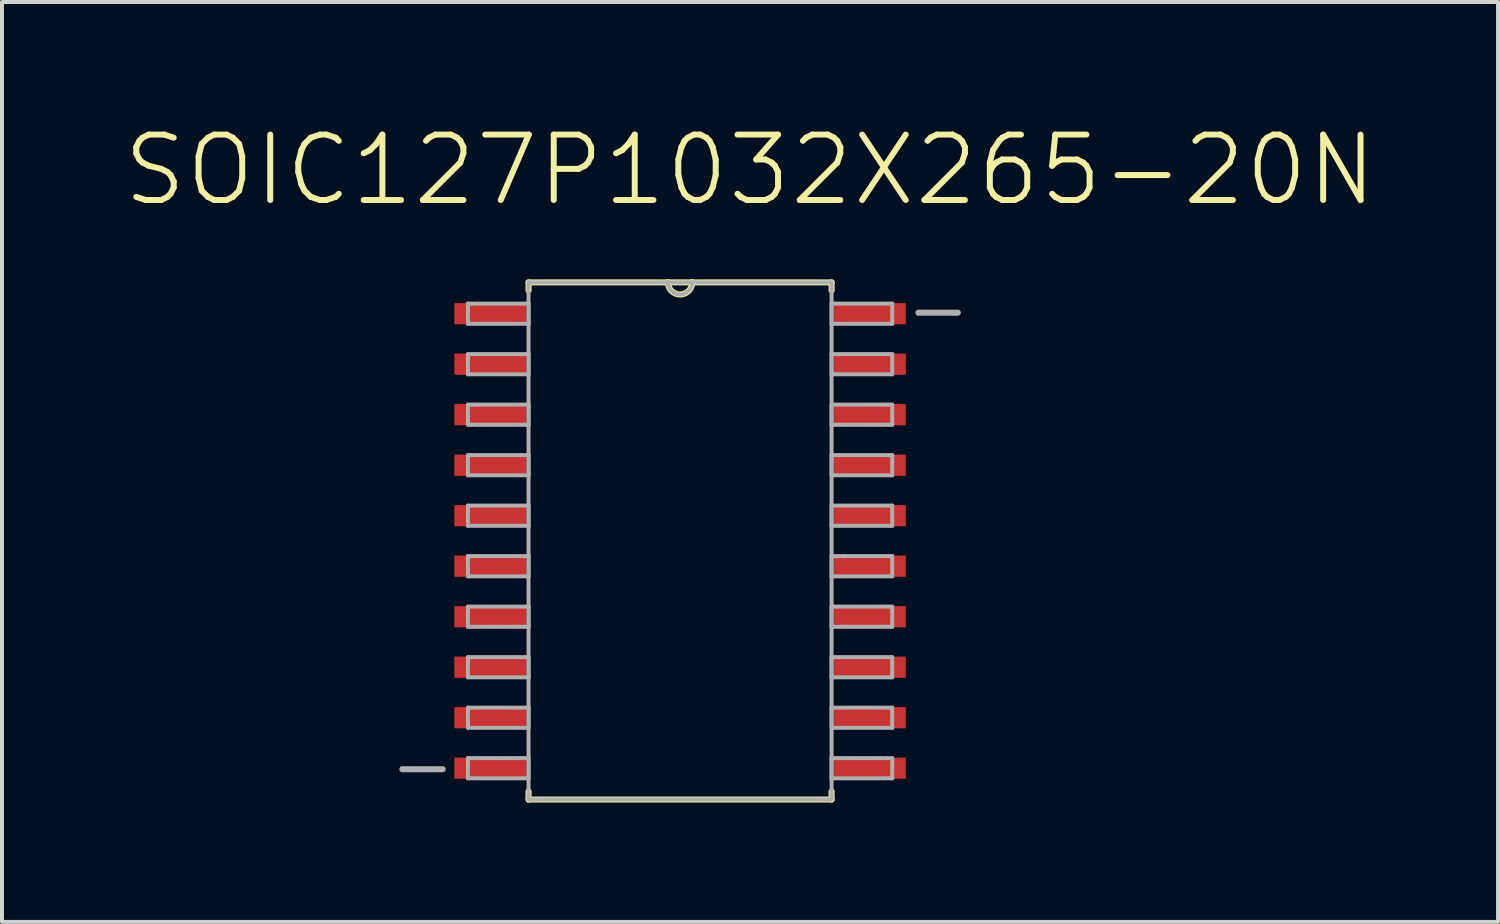
<source format=kicad_pcb>
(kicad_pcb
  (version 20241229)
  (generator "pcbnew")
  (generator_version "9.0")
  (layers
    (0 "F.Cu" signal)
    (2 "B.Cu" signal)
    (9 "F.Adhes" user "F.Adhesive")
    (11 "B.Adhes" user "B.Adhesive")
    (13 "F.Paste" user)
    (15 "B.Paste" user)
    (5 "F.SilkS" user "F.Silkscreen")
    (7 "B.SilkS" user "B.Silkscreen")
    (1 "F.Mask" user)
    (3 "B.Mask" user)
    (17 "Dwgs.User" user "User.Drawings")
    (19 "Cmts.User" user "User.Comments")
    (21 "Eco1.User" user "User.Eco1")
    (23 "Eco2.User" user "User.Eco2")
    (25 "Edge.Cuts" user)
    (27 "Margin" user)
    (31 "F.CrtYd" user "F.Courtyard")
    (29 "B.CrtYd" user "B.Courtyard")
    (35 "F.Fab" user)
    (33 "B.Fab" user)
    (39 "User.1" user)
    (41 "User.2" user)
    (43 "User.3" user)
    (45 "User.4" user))
  (footprint "SOIC127P1032X265-20N"
    (layer "F.Cu")
    (at 14.051 10.553)
    (property "Reference" "SOIC127P1032X265-20N" (at 1.758 -9.327 0) (layer "F.SilkS") (effects (font (size 1.645 1.645) (thickness 0.15))))
    (attr smd)
    (fp_line (start -3.81 -6.502) (end -3.81 -6.299) (stroke (width 0.152) (type solid)) (layer "F.SilkS"))
    (fp_line (start -3.81 6.299) (end -3.81 6.502) (stroke (width 0.152) (type solid)) (layer "F.SilkS"))
    (fp_line (start -3.81 6.502) (end 3.81 6.502) (stroke (width 0.152) (type solid)) (layer "F.SilkS"))
    (fp_line (start -0.305 -6.502) (end -3.81 -6.502) (stroke (width 0.152) (type solid)) (layer "F.SilkS"))
    (fp_line (start 0.305 -6.502) (end -0.305 -6.502) (stroke (width 0.152) (type solid)) (layer "F.SilkS"))
    (fp_line (start 3.81 -6.502) (end 0.305 -6.502) (stroke (width 0.152) (type solid)) (layer "F.SilkS"))
    (fp_line (start 3.81 -6.299) (end 3.81 -6.502) (stroke (width 0.152) (type solid)) (layer "F.SilkS"))
    (fp_line (start 3.81 6.502) (end 3.81 6.299) (stroke (width 0.152) (type solid)) (layer "F.SilkS"))
    (fp_arc (start 0.3048 -6.5024) (mid 0 -6.1976) (end -0.3048 -6.5024) (stroke (width 0.1524) (type solid)) (layer "F.SilkS"))
    (fp_line (start -6.985 5.74) (end -5.969 5.74) (stroke (width 0.152) (type solid)) (layer "F.Fab"))
    (fp_line (start -5.334 -5.969) (end -5.334 -5.461) (stroke (width 0.1) (type solid)) (layer "F.Fab"))
    (fp_line (start -5.334 -5.461) (end -3.81 -5.461) (stroke (width 0.1) (type solid)) (layer "F.Fab"))
    (fp_line (start -5.334 -4.699) (end -5.334 -4.191) (stroke (width 0.1) (type solid)) (layer "F.Fab"))
    (fp_line (start -5.334 -4.191) (end -3.81 -4.191) (stroke (width 0.1) (type solid)) (layer "F.Fab"))
    (fp_line (start -5.334 -3.429) (end -5.334 -2.921) (stroke (width 0.1) (type solid)) (layer "F.Fab"))
    (fp_line (start -5.334 -2.921) (end -3.81 -2.921) (stroke (width 0.1) (type solid)) (layer "F.Fab"))
    (fp_line (start -5.334 -2.159) (end -5.334 -1.651) (stroke (width 0.1) (type solid)) (layer "F.Fab"))
    (fp_line (start -5.334 -1.651) (end -3.81 -1.651) (stroke (width 0.1) (type solid)) (layer "F.Fab"))
    (fp_line (start -5.334 -0.889) (end -5.334 -0.381) (stroke (width 0.1) (type solid)) (layer "F.Fab"))
    (fp_line (start -5.334 -0.381) (end -3.81 -0.381) (stroke (width 0.1) (type solid)) (layer "F.Fab"))
    (fp_line (start -5.334 0.381) (end -5.334 0.889) (stroke (width 0.1) (type solid)) (layer "F.Fab"))
    (fp_line (start -5.334 0.889) (end -3.81 0.889) (stroke (width 0.1) (type solid)) (layer "F.Fab"))
    (fp_line (start -5.334 1.651) (end -5.334 2.159) (stroke (width 0.1) (type solid)) (layer "F.Fab"))
    (fp_line (start -5.334 2.159) (end -3.81 2.159) (stroke (width 0.1) (type solid)) (layer "F.Fab"))
    (fp_line (start -5.334 2.921) (end -5.334 3.429) (stroke (width 0.1) (type solid)) (layer "F.Fab"))
    (fp_line (start -5.334 3.429) (end -3.81 3.429) (stroke (width 0.1) (type solid)) (layer "F.Fab"))
    (fp_line (start -5.334 4.191) (end -5.334 4.699) (stroke (width 0.1) (type solid)) (layer "F.Fab"))
    (fp_line (start -5.334 4.699) (end -3.81 4.699) (stroke (width 0.1) (type solid)) (layer "F.Fab"))
    (fp_line (start -5.334 5.461) (end -5.334 5.969) (stroke (width 0.1) (type solid)) (layer "F.Fab"))
    (fp_line (start -5.334 5.969) (end -3.81 5.969) (stroke (width 0.1) (type solid)) (layer "F.Fab"))
    (fp_line (start -3.81 -6.502) (end -3.81 6.502) (stroke (width 0.1) (type solid)) (layer "F.Fab"))
    (fp_line (start -3.81 -5.969) (end -5.334 -5.969) (stroke (width 0.1) (type solid)) (layer "F.Fab"))
    (fp_line (start -3.81 -5.461) (end -3.81 -5.969) (stroke (width 0.1) (type solid)) (layer "F.Fab"))
    (fp_line (start -3.81 -4.699) (end -5.334 -4.699) (stroke (width 0.1) (type solid)) (layer "F.Fab"))
    (fp_line (start -3.81 -4.191) (end -3.81 -4.699) (stroke (width 0.1) (type solid)) (layer "F.Fab"))
    (fp_line (start -3.81 -3.429) (end -5.334 -3.429) (stroke (width 0.1) (type solid)) (layer "F.Fab"))
    (fp_line (start -3.81 -2.921) (end -3.81 -3.429) (stroke (width 0.1) (type solid)) (layer "F.Fab"))
    (fp_line (start -3.81 -2.159) (end -5.334 -2.159) (stroke (width 0.1) (type solid)) (layer "F.Fab"))
    (fp_line (start -3.81 -1.651) (end -3.81 -2.159) (stroke (width 0.1) (type solid)) (layer "F.Fab"))
    (fp_line (start -3.81 -0.889) (end -5.334 -0.889) (stroke (width 0.1) (type solid)) (layer "F.Fab"))
    (fp_line (start -3.81 -0.381) (end -3.81 -0.889) (stroke (width 0.1) (type solid)) (layer "F.Fab"))
    (fp_line (start -3.81 0.381) (end -5.334 0.381) (stroke (width 0.1) (type solid)) (layer "F.Fab"))
    (fp_line (start -3.81 0.889) (end -3.81 0.381) (stroke (width 0.1) (type solid)) (layer "F.Fab"))
    (fp_line (start -3.81 1.651) (end -5.334 1.651) (stroke (width 0.1) (type solid)) (layer "F.Fab"))
    (fp_line (start -3.81 2.159) (end -3.81 1.651) (stroke (width 0.1) (type solid)) (layer "F.Fab"))
    (fp_line (start -3.81 2.921) (end -5.334 2.921) (stroke (width 0.1) (type solid)) (layer "F.Fab"))
    (fp_line (start -3.81 3.429) (end -3.81 2.921) (stroke (width 0.1) (type solid)) (layer "F.Fab"))
    (fp_line (start -3.81 4.191) (end -5.334 4.191) (stroke (width 0.1) (type solid)) (layer "F.Fab"))
    (fp_line (start -3.81 4.699) (end -3.81 4.191) (stroke (width 0.1) (type solid)) (layer "F.Fab"))
    (fp_line (start -3.81 5.461) (end -5.334 5.461) (stroke (width 0.1) (type solid)) (layer "F.Fab"))
    (fp_line (start -3.81 5.969) (end -3.81 5.461) (stroke (width 0.1) (type solid)) (layer "F.Fab"))
    (fp_line (start -3.81 6.502) (end 3.81 6.502) (stroke (width 0.1) (type solid)) (layer "F.Fab"))
    (fp_line (start -0.305 -6.502) (end -3.81 -6.502) (stroke (width 0.1) (type solid)) (layer "F.Fab"))
    (fp_line (start 0.305 -6.502) (end -0.305 -6.502) (stroke (width 0.1) (type solid)) (layer "F.Fab"))
    (fp_line (start 3.81 -6.502) (end 0.305 -6.502) (stroke (width 0.1) (type solid)) (layer "F.Fab"))
    (fp_line (start 3.81 -5.969) (end 3.81 -5.461) (stroke (width 0.1) (type solid)) (layer "F.Fab"))
    (fp_line (start 3.81 -5.461) (end 5.334 -5.461) (stroke (width 0.1) (type solid)) (layer "F.Fab"))
    (fp_line (start 3.81 -4.699) (end 3.81 -4.191) (stroke (width 0.1) (type solid)) (layer "F.Fab"))
    (fp_line (start 3.81 -4.191) (end 5.334 -4.191) (stroke (width 0.1) (type solid)) (layer "F.Fab"))
    (fp_line (start 3.81 -3.429) (end 3.81 -2.921) (stroke (width 0.1) (type solid)) (layer "F.Fab"))
    (fp_line (start 3.81 -2.921) (end 5.334 -2.921) (stroke (width 0.1) (type solid)) (layer "F.Fab"))
    (fp_line (start 3.81 -2.159) (end 3.81 -1.651) (stroke (width 0.1) (type solid)) (layer "F.Fab"))
    (fp_line (start 3.81 -1.651) (end 5.334 -1.651) (stroke (width 0.1) (type solid)) (layer "F.Fab"))
    (fp_line (start 3.81 -0.889) (end 3.81 -0.381) (stroke (width 0.1) (type solid)) (layer "F.Fab"))
    (fp_line (start 3.81 -0.381) (end 5.334 -0.381) (stroke (width 0.1) (type solid)) (layer "F.Fab"))
    (fp_line (start 3.81 0.381) (end 3.81 0.889) (stroke (width 0.1) (type solid)) (layer "F.Fab"))
    (fp_line (start 3.81 0.889) (end 5.334 0.889) (stroke (width 0.1) (type solid)) (layer "F.Fab"))
    (fp_line (start 3.81 1.651) (end 3.81 2.159) (stroke (width 0.1) (type solid)) (layer "F.Fab"))
    (fp_line (start 3.81 2.159) (end 5.334 2.159) (stroke (width 0.1) (type solid)) (layer "F.Fab"))
    (fp_line (start 3.81 2.921) (end 3.81 3.429) (stroke (width 0.1) (type solid)) (layer "F.Fab"))
    (fp_line (start 3.81 3.429) (end 5.334 3.429) (stroke (width 0.1) (type solid)) (layer "F.Fab"))
    (fp_line (start 3.81 4.191) (end 3.81 4.699) (stroke (width 0.1) (type solid)) (layer "F.Fab"))
    (fp_line (start 3.81 4.699) (end 5.334 4.699) (stroke (width 0.1) (type solid)) (layer "F.Fab"))
    (fp_line (start 3.81 5.461) (end 3.81 5.969) (stroke (width 0.1) (type solid)) (layer "F.Fab"))
    (fp_line (start 3.81 5.969) (end 5.334 5.969) (stroke (width 0.1) (type solid)) (layer "F.Fab"))
    (fp_line (start 3.81 6.502) (end 3.81 -6.502) (stroke (width 0.1) (type solid)) (layer "F.Fab"))
    (fp_line (start 5.334 -5.969) (end 3.81 -5.969) (stroke (width 0.1) (type solid)) (layer "F.Fab"))
    (fp_line (start 5.334 -5.461) (end 5.334 -5.969) (stroke (width 0.1) (type solid)) (layer "F.Fab"))
    (fp_line (start 5.334 -4.699) (end 3.81 -4.699) (stroke (width 0.1) (type solid)) (layer "F.Fab"))
    (fp_line (start 5.334 -4.191) (end 5.334 -4.699) (stroke (width 0.1) (type solid)) (layer "F.Fab"))
    (fp_line (start 5.334 -3.429) (end 3.81 -3.429) (stroke (width 0.1) (type solid)) (layer "F.Fab"))
    (fp_line (start 5.334 -2.921) (end 5.334 -3.429) (stroke (width 0.1) (type solid)) (layer "F.Fab"))
    (fp_line (start 5.334 -2.159) (end 3.81 -2.159) (stroke (width 0.1) (type solid)) (layer "F.Fab"))
    (fp_line (start 5.334 -1.651) (end 5.334 -2.159) (stroke (width 0.1) (type solid)) (layer "F.Fab"))
    (fp_line (start 5.334 -0.889) (end 3.81 -0.889) (stroke (width 0.1) (type solid)) (layer "F.Fab"))
    (fp_line (start 5.334 -0.381) (end 5.334 -0.889) (stroke (width 0.1) (type solid)) (layer "F.Fab"))
    (fp_line (start 5.334 0.381) (end 3.81 0.381) (stroke (width 0.1) (type solid)) (layer "F.Fab"))
    (fp_line (start 5.334 0.889) (end 5.334 0.381) (stroke (width 0.1) (type solid)) (layer "F.Fab"))
    (fp_line (start 5.334 1.651) (end 3.81 1.651) (stroke (width 0.1) (type solid)) (layer "F.Fab"))
    (fp_line (start 5.334 2.159) (end 5.334 1.651) (stroke (width 0.1) (type solid)) (layer "F.Fab"))
    (fp_line (start 5.334 2.921) (end 3.81 2.921) (stroke (width 0.1) (type solid)) (layer "F.Fab"))
    (fp_line (start 5.334 3.429) (end 5.334 2.921) (stroke (width 0.1) (type solid)) (layer "F.Fab"))
    (fp_line (start 5.334 4.191) (end 3.81 4.191) (stroke (width 0.1) (type solid)) (layer "F.Fab"))
    (fp_line (start 5.334 4.699) (end 5.334 4.191) (stroke (width 0.1) (type solid)) (layer "F.Fab"))
    (fp_line (start 5.334 5.461) (end 3.81 5.461) (stroke (width 0.1) (type solid)) (layer "F.Fab"))
    (fp_line (start 5.334 5.969) (end 5.334 5.461) (stroke (width 0.1) (type solid)) (layer "F.Fab"))
    (fp_line (start 5.994 -5.74) (end 6.985 -5.74) (stroke (width 0.152) (type solid)) (layer "F.Fab"))
    (fp_arc (start 0.3048 -6.5024) (mid 0 -6.1976) (end -0.3048 -6.5024) (stroke (width 0.1) (type solid)) (layer "F.Fab"))
    (pad "1" smd rect (at -4.775 -5.715) (size 1.803 0.533) (layers "F.Cu" "F.Mask" "F.Paste"))
    (pad "2" smd rect (at -4.775 -4.445) (size 1.803 0.533) (layers "F.Cu" "F.Mask" "F.Paste"))
    (pad "3" smd rect (at -4.775 -3.175) (size 1.803 0.533) (layers "F.Cu" "F.Mask" "F.Paste"))
    (pad "4" smd rect (at -4.775 -1.905) (size 1.803 0.533) (layers "F.Cu" "F.Mask" "F.Paste"))
    (pad "5" smd rect (at -4.775 -0.635) (size 1.803 0.533) (layers "F.Cu" "F.Mask" "F.Paste"))
    (pad "6" smd rect (at -4.775 0.635) (size 1.803 0.533) (layers "F.Cu" "F.Mask" "F.Paste"))
    (pad "7" smd rect (at -4.775 1.905) (size 1.803 0.533) (layers "F.Cu" "F.Mask" "F.Paste"))
    (pad "8" smd rect (at -4.775 3.175) (size 1.803 0.533) (layers "F.Cu" "F.Mask" "F.Paste"))
    (pad "9" smd rect (at -4.775 4.445) (size 1.803 0.533) (layers "F.Cu" "F.Mask" "F.Paste"))
    (pad "10" smd rect (at -4.775 5.715) (size 1.803 0.533) (layers "F.Cu" "F.Mask" "F.Paste"))
    (pad "11" smd rect (at 4.775 5.715) (size 1.803 0.533) (layers "F.Cu" "F.Mask" "F.Paste"))
    (pad "12" smd rect (at 4.775 4.445) (size 1.803 0.533) (layers "F.Cu" "F.Mask" "F.Paste"))
    (pad "13" smd rect (at 4.775 3.175) (size 1.803 0.533) (layers "F.Cu" "F.Mask" "F.Paste"))
    (pad "14" smd rect (at 4.775 1.905) (size 1.803 0.533) (layers "F.Cu" "F.Mask" "F.Paste"))
    (pad "15" smd rect (at 4.775 0.635) (size 1.803 0.533) (layers "F.Cu" "F.Mask" "F.Paste"))
    (pad "16" smd rect (at 4.775 -0.635) (size 1.803 0.533) (layers "F.Cu" "F.Mask" "F.Paste"))
    (pad "17" smd rect (at 4.775 -1.905) (size 1.803 0.533) (layers "F.Cu" "F.Mask" "F.Paste"))
    (pad "18" smd rect (at 4.775 -3.175) (size 1.803 0.533) (layers "F.Cu" "F.Mask" "F.Paste"))
    (pad "19" smd rect (at 4.775 -4.445) (size 1.803 0.533) (layers "F.Cu" "F.Mask" "F.Paste"))
    (pad "20" smd rect (at 4.775 -5.715) (size 1.803 0.533) (layers "F.Cu" "F.Mask" "F.Paste")))
  (gr_rect
    (start -3 -3)
    (end 34.62 20.132)
    (stroke (width 0.1) (type default))
    (fill no)
    (layer "Edge.Cuts")))
</source>
